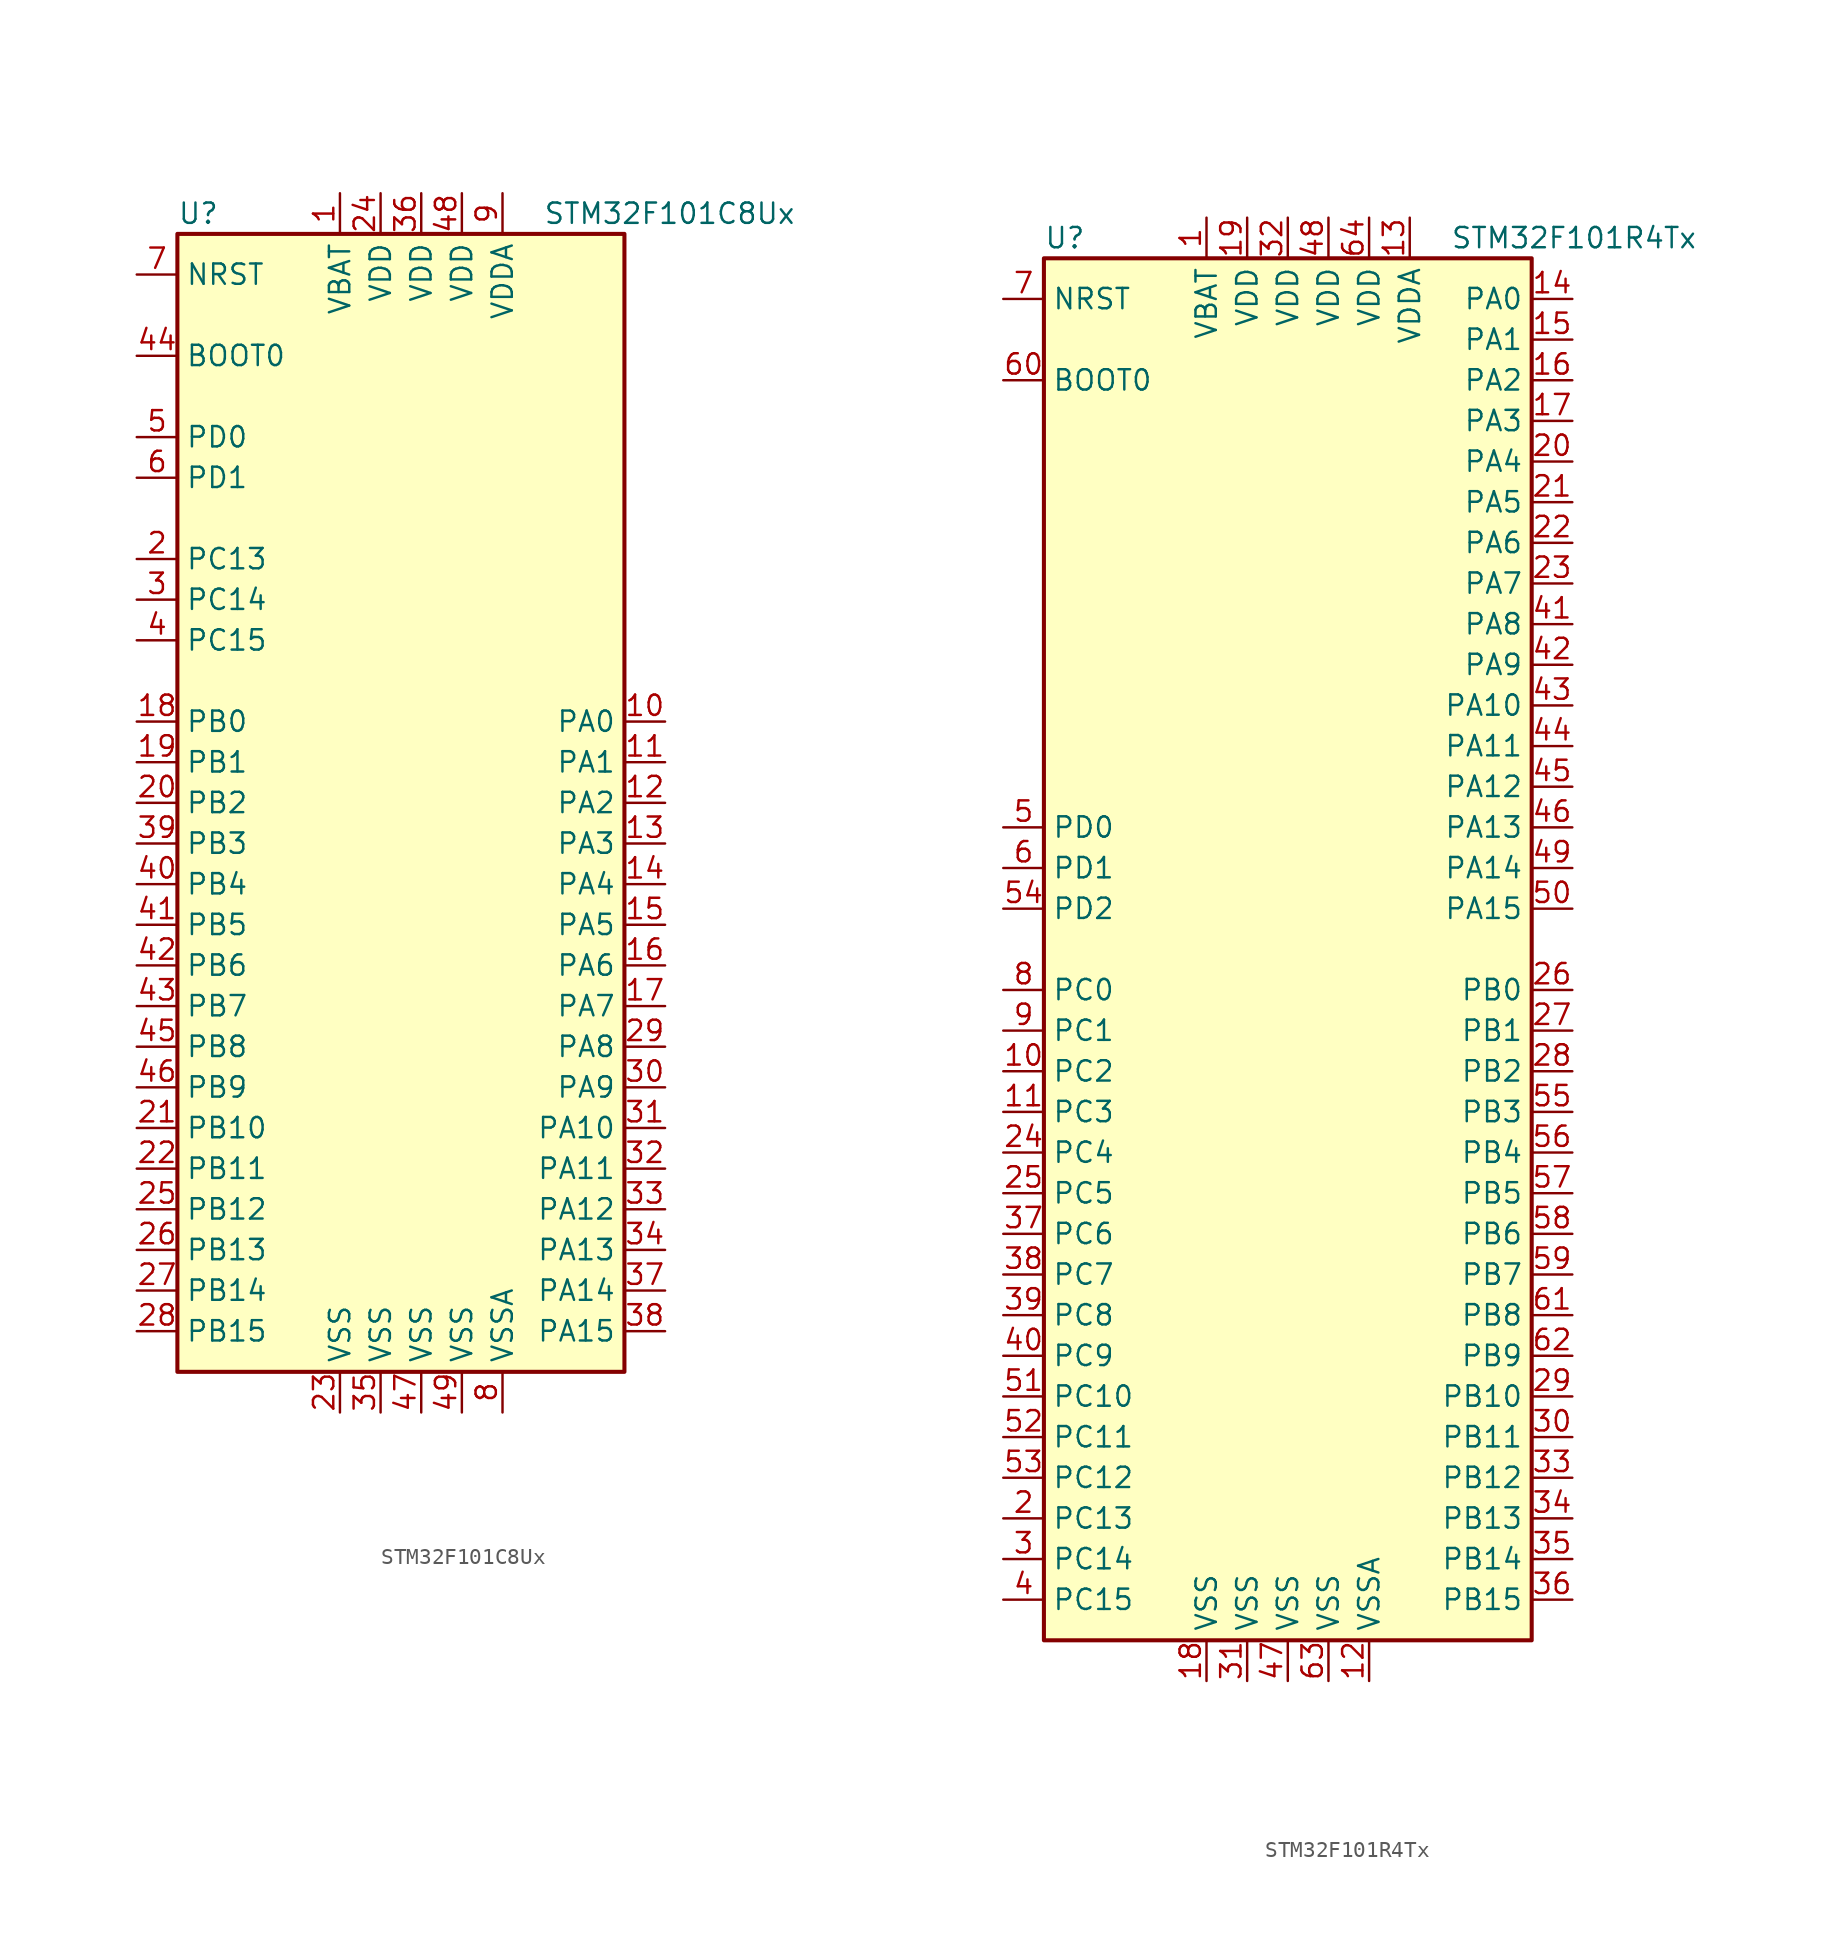
<source format=kicad_sym>
(kicad_symbol_lib
  (version 20201005)
  (generator kicad_symbol_editor)
  (symbol "MCU_ST_STM32F1:STM32F101C8Ux"
    (property "Reference" "U"
      (at -15.24 36.83 0)
      (effects (font (size 1.27 1.27)) (justify left)))
    (property "Value" "STM32F101C8Ux"
      (at 7.62 36.83 0)
      (effects (font (size 1.27 1.27)) (justify left)))
    (symbol "STM32F101C8Ux_0_1"
      (rectangle (start -15.24 -35.56) (end 12.7 35.56) (stroke (width 0.254)) (fill (type background))))
    (symbol "STM32F101C8Ux_1_1"
      (pin input line (at -17.78 27.94 0) (length 2.54) (name "BOOT0" (effects (font (size 1.27 1.27)))) (number "44" (effects (font (size 1.27 1.27)))))
      (pin input line (at -17.78 33.02 0) (length 2.54) (name "NRST" (effects (font (size 1.27 1.27)))) (number "7" (effects (font (size 1.27 1.27)))))
      (pin bidirectional line (at 15.24 5.08 180) (length 2.54) (name "PA0" (effects (font (size 1.27 1.27)))) (number "10" (effects (font (size 1.27 1.27)))))
      (pin bidirectional line (at 15.24 2.54 180) (length 2.54) (name "PA1" (effects (font (size 1.27 1.27)))) (number "11" (effects (font (size 1.27 1.27)))))
      (pin bidirectional line (at 15.24 -20.32 180) (length 2.54) (name "PA10" (effects (font (size 1.27 1.27)))) (number "31" (effects (font (size 1.27 1.27)))))
      (pin bidirectional line (at 15.24 -22.86 180) (length 2.54) (name "PA11" (effects (font (size 1.27 1.27)))) (number "32" (effects (font (size 1.27 1.27)))))
      (pin bidirectional line (at 15.24 -25.4 180) (length 2.54) (name "PA12" (effects (font (size 1.27 1.27)))) (number "33" (effects (font (size 1.27 1.27)))))
      (pin bidirectional line (at 15.24 -27.94 180) (length 2.54) (name "PA13" (effects (font (size 1.27 1.27)))) (number "34" (effects (font (size 1.27 1.27)))))
      (pin bidirectional line (at 15.24 -30.48 180) (length 2.54) (name "PA14" (effects (font (size 1.27 1.27)))) (number "37" (effects (font (size 1.27 1.27)))))
      (pin bidirectional line (at 15.24 -33.02 180) (length 2.54) (name "PA15" (effects (font (size 1.27 1.27)))) (number "38" (effects (font (size 1.27 1.27)))))
      (pin bidirectional line (at 15.24 0 180) (length 2.54) (name "PA2" (effects (font (size 1.27 1.27)))) (number "12" (effects (font (size 1.27 1.27)))))
      (pin bidirectional line (at 15.24 -2.54 180) (length 2.54) (name "PA3" (effects (font (size 1.27 1.27)))) (number "13" (effects (font (size 1.27 1.27)))))
      (pin bidirectional line (at 15.24 -5.08 180) (length 2.54) (name "PA4" (effects (font (size 1.27 1.27)))) (number "14" (effects (font (size 1.27 1.27)))))
      (pin bidirectional line (at 15.24 -7.62 180) (length 2.54) (name "PA5" (effects (font (size 1.27 1.27)))) (number "15" (effects (font (size 1.27 1.27)))))
      (pin bidirectional line (at 15.24 -10.16 180) (length 2.54) (name "PA6" (effects (font (size 1.27 1.27)))) (number "16" (effects (font (size 1.27 1.27)))))
      (pin bidirectional line (at 15.24 -12.7 180) (length 2.54) (name "PA7" (effects (font (size 1.27 1.27)))) (number "17" (effects (font (size 1.27 1.27)))))
      (pin bidirectional line (at 15.24 -15.24 180) (length 2.54) (name "PA8" (effects (font (size 1.27 1.27)))) (number "29" (effects (font (size 1.27 1.27)))))
      (pin bidirectional line (at 15.24 -17.78 180) (length 2.54) (name "PA9" (effects (font (size 1.27 1.27)))) (number "30" (effects (font (size 1.27 1.27)))))
      (pin bidirectional line (at -17.78 5.08 0) (length 2.54) (name "PB0" (effects (font (size 1.27 1.27)))) (number "18" (effects (font (size 1.27 1.27)))))
      (pin bidirectional line (at -17.78 2.54 0) (length 2.54) (name "PB1" (effects (font (size 1.27 1.27)))) (number "19" (effects (font (size 1.27 1.27)))))
      (pin bidirectional line (at -17.78 -20.32 0) (length 2.54) (name "PB10" (effects (font (size 1.27 1.27)))) (number "21" (effects (font (size 1.27 1.27)))))
      (pin bidirectional line (at -17.78 -22.86 0) (length 2.54) (name "PB11" (effects (font (size 1.27 1.27)))) (number "22" (effects (font (size 1.27 1.27)))))
      (pin bidirectional line (at -17.78 -25.4 0) (length 2.54) (name "PB12" (effects (font (size 1.27 1.27)))) (number "25" (effects (font (size 1.27 1.27)))))
      (pin bidirectional line (at -17.78 -27.94 0) (length 2.54) (name "PB13" (effects (font (size 1.27 1.27)))) (number "26" (effects (font (size 1.27 1.27)))))
      (pin bidirectional line (at -17.78 -30.48 0) (length 2.54) (name "PB14" (effects (font (size 1.27 1.27)))) (number "27" (effects (font (size 1.27 1.27)))))
      (pin bidirectional line (at -17.78 -33.02 0) (length 2.54) (name "PB15" (effects (font (size 1.27 1.27)))) (number "28" (effects (font (size 1.27 1.27)))))
      (pin bidirectional line (at -17.78 0 0) (length 2.54) (name "PB2" (effects (font (size 1.27 1.27)))) (number "20" (effects (font (size 1.27 1.27)))))
      (pin bidirectional line (at -17.78 -2.54 0) (length 2.54) (name "PB3" (effects (font (size 1.27 1.27)))) (number "39" (effects (font (size 1.27 1.27)))))
      (pin bidirectional line (at -17.78 -5.08 0) (length 2.54) (name "PB4" (effects (font (size 1.27 1.27)))) (number "40" (effects (font (size 1.27 1.27)))))
      (pin bidirectional line (at -17.78 -7.62 0) (length 2.54) (name "PB5" (effects (font (size 1.27 1.27)))) (number "41" (effects (font (size 1.27 1.27)))))
      (pin bidirectional line (at -17.78 -10.16 0) (length 2.54) (name "PB6" (effects (font (size 1.27 1.27)))) (number "42" (effects (font (size 1.27 1.27)))))
      (pin bidirectional line (at -17.78 -12.7 0) (length 2.54) (name "PB7" (effects (font (size 1.27 1.27)))) (number "43" (effects (font (size 1.27 1.27)))))
      (pin bidirectional line (at -17.78 -15.24 0) (length 2.54) (name "PB8" (effects (font (size 1.27 1.27)))) (number "45" (effects (font (size 1.27 1.27)))))
      (pin bidirectional line (at -17.78 -17.78 0) (length 2.54) (name "PB9" (effects (font (size 1.27 1.27)))) (number "46" (effects (font (size 1.27 1.27)))))
      (pin bidirectional line (at -17.78 15.24 0) (length 2.54) (name "PC13" (effects (font (size 1.27 1.27)))) (number "2" (effects (font (size 1.27 1.27)))))
      (pin bidirectional line (at -17.78 12.7 0) (length 2.54) (name "PC14" (effects (font (size 1.27 1.27)))) (number "3" (effects (font (size 1.27 1.27)))))
      (pin bidirectional line (at -17.78 10.16 0) (length 2.54) (name "PC15" (effects (font (size 1.27 1.27)))) (number "4" (effects (font (size 1.27 1.27)))))
      (pin input line (at -17.78 22.86 0) (length 2.54) (name "PD0" (effects (font (size 1.27 1.27)))) (number "5" (effects (font (size 1.27 1.27)))))
      (pin input line (at -17.78 20.32 0) (length 2.54) (name "PD1" (effects (font (size 1.27 1.27)))) (number "6" (effects (font (size 1.27 1.27)))))
      (pin power_in line (at -5.08 38.1 270) (length 2.54) (name "VBAT" (effects (font (size 1.27 1.27)))) (number "1" (effects (font (size 1.27 1.27)))))
      (pin power_in line (at -2.54 38.1 270) (length 2.54) (name "VDD" (effects (font (size 1.27 1.27)))) (number "24" (effects (font (size 1.27 1.27)))))
      (pin power_in line (at 0 38.1 270) (length 2.54) (name "VDD" (effects (font (size 1.27 1.27)))) (number "36" (effects (font (size 1.27 1.27)))))
      (pin power_in line (at 2.54 38.1 270) (length 2.54) (name "VDD" (effects (font (size 1.27 1.27)))) (number "48" (effects (font (size 1.27 1.27)))))
      (pin power_in line (at 5.08 38.1 270) (length 2.54) (name "VDDA" (effects (font (size 1.27 1.27)))) (number "9" (effects (font (size 1.27 1.27)))))
      (pin power_in line (at -5.08 -38.1 90) (length 2.54) (name "VSS" (effects (font (size 1.27 1.27)))) (number "23" (effects (font (size 1.27 1.27)))))
      (pin power_in line (at -2.54 -38.1 90) (length 2.54) (name "VSS" (effects (font (size 1.27 1.27)))) (number "35" (effects (font (size 1.27 1.27)))))
      (pin power_in line (at 0 -38.1 90) (length 2.54) (name "VSS" (effects (font (size 1.27 1.27)))) (number "47" (effects (font (size 1.27 1.27)))))
      (pin power_in line (at 2.54 -38.1 90) (length 2.54) (name "VSS" (effects (font (size 1.27 1.27)))) (number "49" (effects (font (size 1.27 1.27)))))
      (pin power_in line (at 5.08 -38.1 90) (length 2.54) (name "VSSA" (effects (font (size 1.27 1.27)))) (number "8" (effects (font (size 1.27 1.27)))))))
  (symbol "MCU_ST_STM32F1:STM32F101R4Tx"
    (property "Reference" "U"
      (at -15.24 44.45 0)
      (effects (font (size 1.27 1.27)) (justify left)))
    (property "Value" "STM32F101R4Tx"
      (at 10.16 44.45 0)
      (effects (font (size 1.27 1.27)) (justify left)))
    (symbol "STM32F101R4Tx_0_1"
      (rectangle (start -15.24 -43.18) (end 15.24 43.18) (stroke (width 0.254)) (fill (type background))))
    (symbol "STM32F101R4Tx_1_1"
      (pin input line (at -17.78 35.56 0) (length 2.54) (name "BOOT0" (effects (font (size 1.27 1.27)))) (number "60" (effects (font (size 1.27 1.27)))))
      (pin input line (at -17.78 40.64 0) (length 2.54) (name "NRST" (effects (font (size 1.27 1.27)))) (number "7" (effects (font (size 1.27 1.27)))))
      (pin bidirectional line (at 17.78 40.64 180) (length 2.54) (name "PA0" (effects (font (size 1.27 1.27)))) (number "14" (effects (font (size 1.27 1.27)))))
      (pin bidirectional line (at 17.78 38.1 180) (length 2.54) (name "PA1" (effects (font (size 1.27 1.27)))) (number "15" (effects (font (size 1.27 1.27)))))
      (pin bidirectional line (at 17.78 15.24 180) (length 2.54) (name "PA10" (effects (font (size 1.27 1.27)))) (number "43" (effects (font (size 1.27 1.27)))))
      (pin bidirectional line (at 17.78 12.7 180) (length 2.54) (name "PA11" (effects (font (size 1.27 1.27)))) (number "44" (effects (font (size 1.27 1.27)))))
      (pin bidirectional line (at 17.78 10.16 180) (length 2.54) (name "PA12" (effects (font (size 1.27 1.27)))) (number "45" (effects (font (size 1.27 1.27)))))
      (pin bidirectional line (at 17.78 7.62 180) (length 2.54) (name "PA13" (effects (font (size 1.27 1.27)))) (number "46" (effects (font (size 1.27 1.27)))))
      (pin bidirectional line (at 17.78 5.08 180) (length 2.54) (name "PA14" (effects (font (size 1.27 1.27)))) (number "49" (effects (font (size 1.27 1.27)))))
      (pin bidirectional line (at 17.78 2.54 180) (length 2.54) (name "PA15" (effects (font (size 1.27 1.27)))) (number "50" (effects (font (size 1.27 1.27)))))
      (pin bidirectional line (at 17.78 35.56 180) (length 2.54) (name "PA2" (effects (font (size 1.27 1.27)))) (number "16" (effects (font (size 1.27 1.27)))))
      (pin bidirectional line (at 17.78 33.02 180) (length 2.54) (name "PA3" (effects (font (size 1.27 1.27)))) (number "17" (effects (font (size 1.27 1.27)))))
      (pin bidirectional line (at 17.78 30.48 180) (length 2.54) (name "PA4" (effects (font (size 1.27 1.27)))) (number "20" (effects (font (size 1.27 1.27)))))
      (pin bidirectional line (at 17.78 27.94 180) (length 2.54) (name "PA5" (effects (font (size 1.27 1.27)))) (number "21" (effects (font (size 1.27 1.27)))))
      (pin bidirectional line (at 17.78 25.4 180) (length 2.54) (name "PA6" (effects (font (size 1.27 1.27)))) (number "22" (effects (font (size 1.27 1.27)))))
      (pin bidirectional line (at 17.78 22.86 180) (length 2.54) (name "PA7" (effects (font (size 1.27 1.27)))) (number "23" (effects (font (size 1.27 1.27)))))
      (pin bidirectional line (at 17.78 20.32 180) (length 2.54) (name "PA8" (effects (font (size 1.27 1.27)))) (number "41" (effects (font (size 1.27 1.27)))))
      (pin bidirectional line (at 17.78 17.78 180) (length 2.54) (name "PA9" (effects (font (size 1.27 1.27)))) (number "42" (effects (font (size 1.27 1.27)))))
      (pin bidirectional line (at 17.78 -2.54 180) (length 2.54) (name "PB0" (effects (font (size 1.27 1.27)))) (number "26" (effects (font (size 1.27 1.27)))))
      (pin bidirectional line (at 17.78 -5.08 180) (length 2.54) (name "PB1" (effects (font (size 1.27 1.27)))) (number "27" (effects (font (size 1.27 1.27)))))
      (pin bidirectional line (at 17.78 -27.94 180) (length 2.54) (name "PB10" (effects (font (size 1.27 1.27)))) (number "29" (effects (font (size 1.27 1.27)))))
      (pin bidirectional line (at 17.78 -30.48 180) (length 2.54) (name "PB11" (effects (font (size 1.27 1.27)))) (number "30" (effects (font (size 1.27 1.27)))))
      (pin bidirectional line (at 17.78 -33.02 180) (length 2.54) (name "PB12" (effects (font (size 1.27 1.27)))) (number "33" (effects (font (size 1.27 1.27)))))
      (pin bidirectional line (at 17.78 -35.56 180) (length 2.54) (name "PB13" (effects (font (size 1.27 1.27)))) (number "34" (effects (font (size 1.27 1.27)))))
      (pin bidirectional line (at 17.78 -38.1 180) (length 2.54) (name "PB14" (effects (font (size 1.27 1.27)))) (number "35" (effects (font (size 1.27 1.27)))))
      (pin bidirectional line (at 17.78 -40.64 180) (length 2.54) (name "PB15" (effects (font (size 1.27 1.27)))) (number "36" (effects (font (size 1.27 1.27)))))
      (pin bidirectional line (at 17.78 -7.62 180) (length 2.54) (name "PB2" (effects (font (size 1.27 1.27)))) (number "28" (effects (font (size 1.27 1.27)))))
      (pin bidirectional line (at 17.78 -10.16 180) (length 2.54) (name "PB3" (effects (font (size 1.27 1.27)))) (number "55" (effects (font (size 1.27 1.27)))))
      (pin bidirectional line (at 17.78 -12.7 180) (length 2.54) (name "PB4" (effects (font (size 1.27 1.27)))) (number "56" (effects (font (size 1.27 1.27)))))
      (pin bidirectional line (at 17.78 -15.24 180) (length 2.54) (name "PB5" (effects (font (size 1.27 1.27)))) (number "57" (effects (font (size 1.27 1.27)))))
      (pin bidirectional line (at 17.78 -17.78 180) (length 2.54) (name "PB6" (effects (font (size 1.27 1.27)))) (number "58" (effects (font (size 1.27 1.27)))))
      (pin bidirectional line (at 17.78 -20.32 180) (length 2.54) (name "PB7" (effects (font (size 1.27 1.27)))) (number "59" (effects (font (size 1.27 1.27)))))
      (pin bidirectional line (at 17.78 -22.86 180) (length 2.54) (name "PB8" (effects (font (size 1.27 1.27)))) (number "61" (effects (font (size 1.27 1.27)))))
      (pin bidirectional line (at 17.78 -25.4 180) (length 2.54) (name "PB9" (effects (font (size 1.27 1.27)))) (number "62" (effects (font (size 1.27 1.27)))))
      (pin bidirectional line (at -17.78 -2.54 0) (length 2.54) (name "PC0" (effects (font (size 1.27 1.27)))) (number "8" (effects (font (size 1.27 1.27)))))
      (pin bidirectional line (at -17.78 -5.08 0) (length 2.54) (name "PC1" (effects (font (size 1.27 1.27)))) (number "9" (effects (font (size 1.27 1.27)))))
      (pin bidirectional line (at -17.78 -27.94 0) (length 2.54) (name "PC10" (effects (font (size 1.27 1.27)))) (number "51" (effects (font (size 1.27 1.27)))))
      (pin bidirectional line (at -17.78 -30.48 0) (length 2.54) (name "PC11" (effects (font (size 1.27 1.27)))) (number "52" (effects (font (size 1.27 1.27)))))
      (pin bidirectional line (at -17.78 -33.02 0) (length 2.54) (name "PC12" (effects (font (size 1.27 1.27)))) (number "53" (effects (font (size 1.27 1.27)))))
      (pin bidirectional line (at -17.78 -35.56 0) (length 2.54) (name "PC13" (effects (font (size 1.27 1.27)))) (number "2" (effects (font (size 1.27 1.27)))))
      (pin bidirectional line (at -17.78 -38.1 0) (length 2.54) (name "PC14" (effects (font (size 1.27 1.27)))) (number "3" (effects (font (size 1.27 1.27)))))
      (pin bidirectional line (at -17.78 -40.64 0) (length 2.54) (name "PC15" (effects (font (size 1.27 1.27)))) (number "4" (effects (font (size 1.27 1.27)))))
      (pin bidirectional line (at -17.78 -7.62 0) (length 2.54) (name "PC2" (effects (font (size 1.27 1.27)))) (number "10" (effects (font (size 1.27 1.27)))))
      (pin bidirectional line (at -17.78 -10.16 0) (length 2.54) (name "PC3" (effects (font (size 1.27 1.27)))) (number "11" (effects (font (size 1.27 1.27)))))
      (pin bidirectional line (at -17.78 -12.7 0) (length 2.54) (name "PC4" (effects (font (size 1.27 1.27)))) (number "24" (effects (font (size 1.27 1.27)))))
      (pin bidirectional line (at -17.78 -15.24 0) (length 2.54) (name "PC5" (effects (font (size 1.27 1.27)))) (number "25" (effects (font (size 1.27 1.27)))))
      (pin bidirectional line (at -17.78 -17.78 0) (length 2.54) (name "PC6" (effects (font (size 1.27 1.27)))) (number "37" (effects (font (size 1.27 1.27)))))
      (pin bidirectional line (at -17.78 -20.32 0) (length 2.54) (name "PC7" (effects (font (size 1.27 1.27)))) (number "38" (effects (font (size 1.27 1.27)))))
      (pin bidirectional line (at -17.78 -22.86 0) (length 2.54) (name "PC8" (effects (font (size 1.27 1.27)))) (number "39" (effects (font (size 1.27 1.27)))))
      (pin bidirectional line (at -17.78 -25.4 0) (length 2.54) (name "PC9" (effects (font (size 1.27 1.27)))) (number "40" (effects (font (size 1.27 1.27)))))
      (pin input line (at -17.78 7.62 0) (length 2.54) (name "PD0" (effects (font (size 1.27 1.27)))) (number "5" (effects (font (size 1.27 1.27)))))
      (pin input line (at -17.78 5.08 0) (length 2.54) (name "PD1" (effects (font (size 1.27 1.27)))) (number "6" (effects (font (size 1.27 1.27)))))
      (pin bidirectional line (at -17.78 2.54 0) (length 2.54) (name "PD2" (effects (font (size 1.27 1.27)))) (number "54" (effects (font (size 1.27 1.27)))))
      (pin power_in line (at -5.08 45.72 270) (length 2.54) (name "VBAT" (effects (font (size 1.27 1.27)))) (number "1" (effects (font (size 1.27 1.27)))))
      (pin power_in line (at -2.54 45.72 270) (length 2.54) (name "VDD" (effects (font (size 1.27 1.27)))) (number "19" (effects (font (size 1.27 1.27)))))
      (pin power_in line (at 0 45.72 270) (length 2.54) (name "VDD" (effects (font (size 1.27 1.27)))) (number "32" (effects (font (size 1.27 1.27)))))
      (pin power_in line (at 2.54 45.72 270) (length 2.54) (name "VDD" (effects (font (size 1.27 1.27)))) (number "48" (effects (font (size 1.27 1.27)))))
      (pin power_in line (at 5.08 45.72 270) (length 2.54) (name "VDD" (effects (font (size 1.27 1.27)))) (number "64" (effects (font (size 1.27 1.27)))))
      (pin power_in line (at 7.62 45.72 270) (length 2.54) (name "VDDA" (effects (font (size 1.27 1.27)))) (number "13" (effects (font (size 1.27 1.27)))))
      (pin power_in line (at -5.08 -45.72 90) (length 2.54) (name "VSS" (effects (font (size 1.27 1.27)))) (number "18" (effects (font (size 1.27 1.27)))))
      (pin power_in line (at -2.54 -45.72 90) (length 2.54) (name "VSS" (effects (font (size 1.27 1.27)))) (number "31" (effects (font (size 1.27 1.27)))))
      (pin power_in line (at 0 -45.72 90) (length 2.54) (name "VSS" (effects (font (size 1.27 1.27)))) (number "47" (effects (font (size 1.27 1.27)))))
      (pin power_in line (at 2.54 -45.72 90) (length 2.54) (name "VSS" (effects (font (size 1.27 1.27)))) (number "63" (effects (font (size 1.27 1.27)))))
      (pin power_in line (at 5.08 -45.72 90) (length 2.54) (name "VSSA" (effects (font (size 1.27 1.27)))) (number "12" (effects (font (size 1.27 1.27))))))))
</source>
